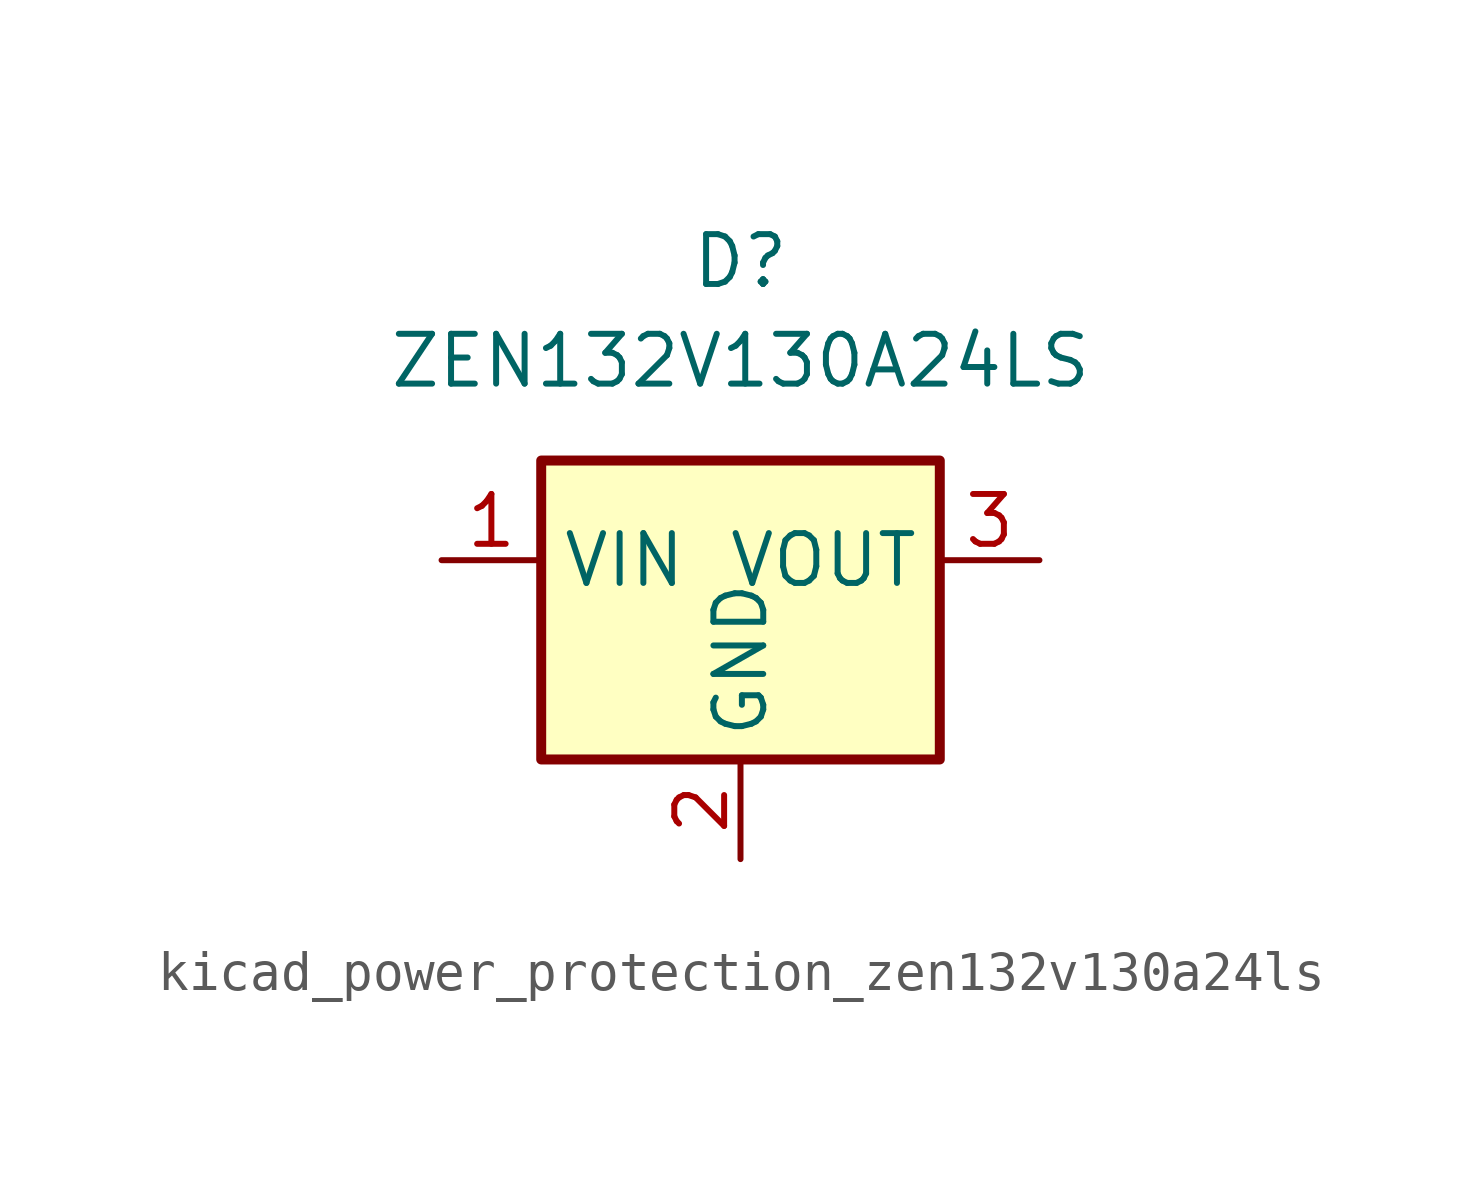
<source format=kicad_sym>
(kicad_symbol_lib
  (version 20220914)
  (generator kicad_symbol_editor)
  (symbol "kicad_power_protection_zen132v130a24ls"
    (property "Reference" "D"
      (at 0 10.16 0)
      (effects (font (size 1.27 1.27))))
    (property "Value" "ZEN132V130A24LS"
      (at 0 7.62 0)
      (effects (font (size 1.27 1.27))))
    (symbol "kicad_power_protection_zen132v130a24ls_0_1"
      (rectangle (start -5.08 5.08) (end 5.08 -2.54) (stroke (width 0.254) (type default)) (fill (type background))))
    (symbol "kicad_power_protection_zen132v130a24ls_1_1"
      (pin passive line (at -7.62 2.54 0) (length 2.54) (name "VIN" (effects (font (size 1.27 1.27)))) (number "1" (effects (font (size 1.27 1.27)))))
      (pin power_in line (at 0 -5.08 90) (length 2.54) (name "GND" (effects (font (size 1.27 1.27)))) (number "2" (effects (font (size 1.27 1.27)))))
      (pin passive line (at 7.62 2.54 180) (length 2.54) (name "VOUT" (effects (font (size 1.27 1.27)))) (number "3" (effects (font (size 1.27 1.27))))))))
</source>
